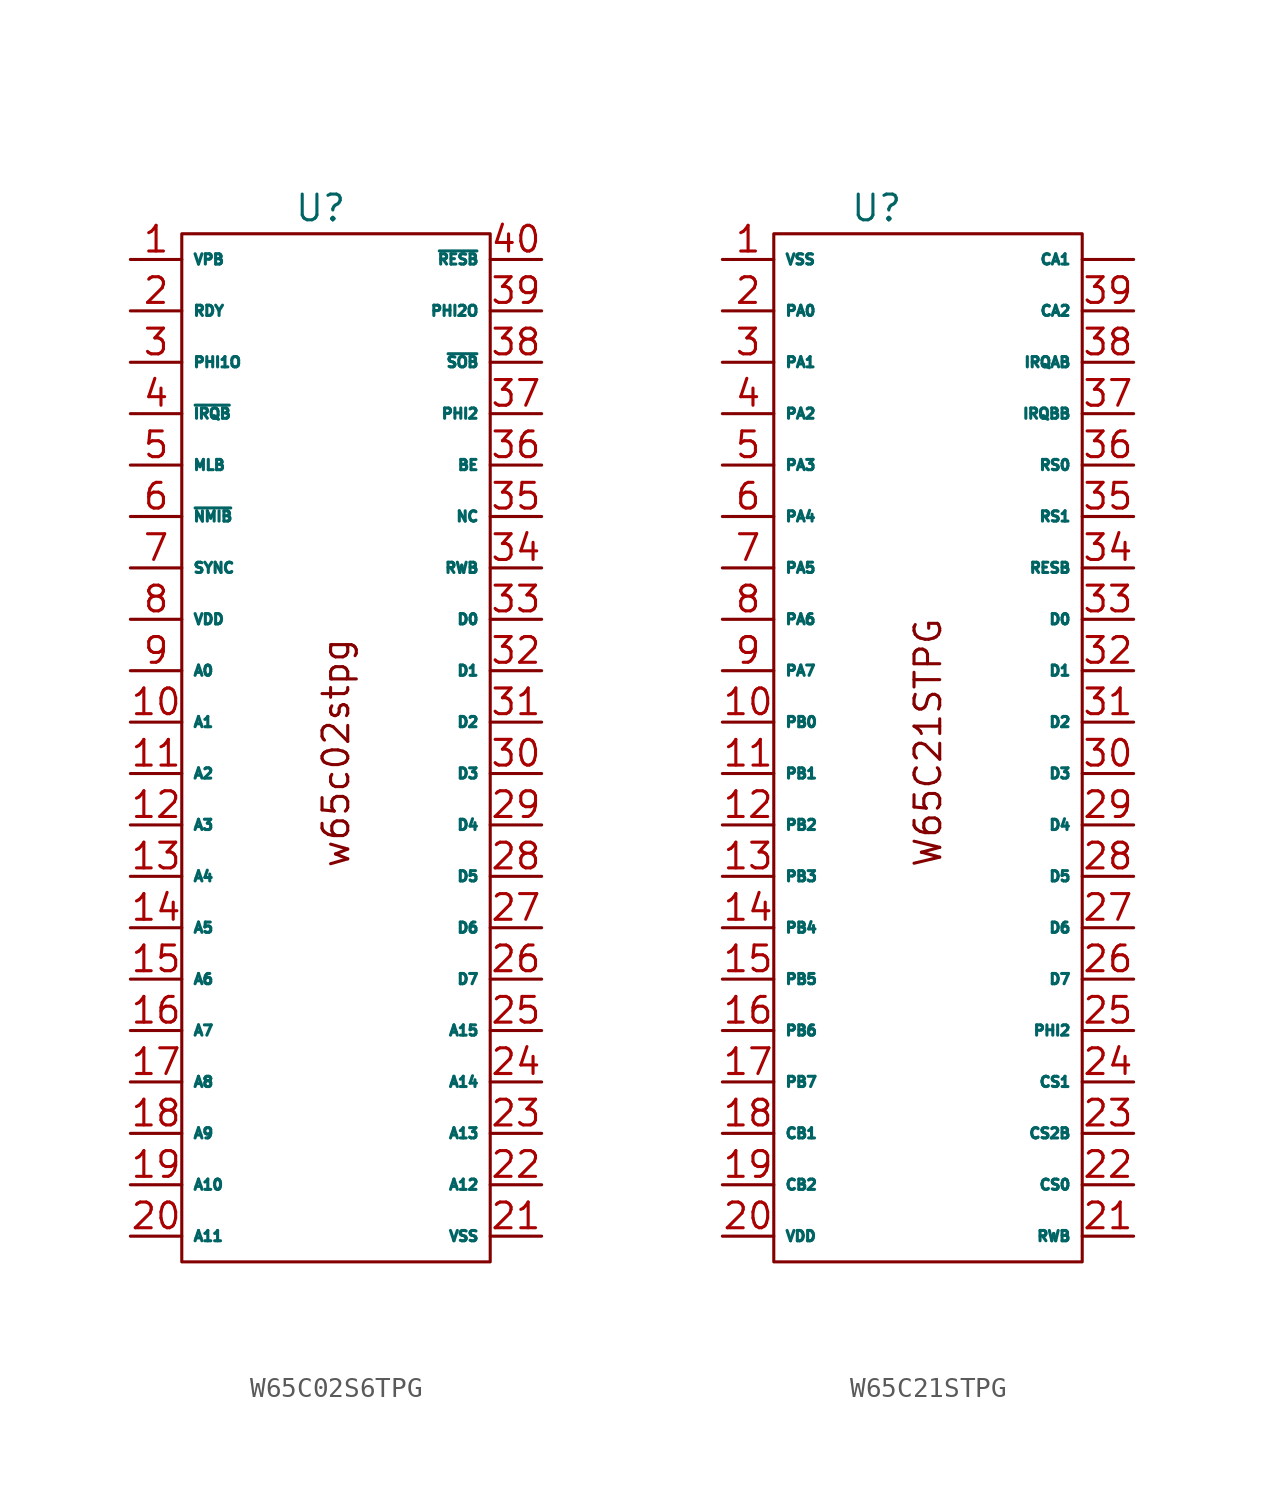
<source format=kicad_sym>
(kicad_symbol_lib
  (version 20231120)
  (generator "kicad_symbol_editor")
  (generator_version "8.0")
  (symbol "W65C02S6TPG"
    (property "Reference" "U"
      (at -0.762 26.67 0)
      (effects (font (size 1.27 1.27))))
    (property "Value" ""
      (at -6.35 -1.27 0)
      (effects (font (size 1.27 1.27))))
    (symbol "W65C02S6TPG_0_1"
      (rectangle (start -7.62 25.4) (end 7.62 -25.4) (stroke (width 0) (type default)) (fill (type none))))
    (symbol "W65C02S6TPG_1_1"
      (text "w65c02stpg" (at 0 -0.254 900) (effects (font (size 1.27 1.27))))
      (pin output line (at -10.16 24.13 0) (length 2.54) (name "VPB" (effects (font (size 0.508 0.508)))) (number "1" (effects (font (size 1.27 1.27)))))
      (pin output line (at -10.16 1.27 0) (length 2.54) (name "A1" (effects (font (size 0.508 0.508)))) (number "10" (effects (font (size 1.27 1.27)))))
      (pin output line (at -10.16 -1.27 0) (length 2.54) (name "A2" (effects (font (size 0.508 0.508)))) (number "11" (effects (font (size 1.27 1.27)))))
      (pin output line (at -10.16 -3.81 0) (length 2.54) (name "A3" (effects (font (size 0.508 0.508)))) (number "12" (effects (font (size 1.27 1.27)))))
      (pin output line (at -10.16 -6.35 0) (length 2.54) (name "A4" (effects (font (size 0.508 0.508)))) (number "13" (effects (font (size 1.27 1.27)))))
      (pin output line (at -10.16 -8.89 0) (length 2.54) (name "A5" (effects (font (size 0.508 0.508)))) (number "14" (effects (font (size 1.27 1.27)))))
      (pin output line (at -10.16 -11.43 0) (length 2.54) (name "A6" (effects (font (size 0.508 0.508)))) (number "15" (effects (font (size 1.27 1.27)))))
      (pin output line (at -10.16 -13.97 0) (length 2.54) (name "A7" (effects (font (size 0.508 0.508)))) (number "16" (effects (font (size 1.27 1.27)))))
      (pin output line (at -10.16 -16.51 0) (length 2.54) (name "A8" (effects (font (size 0.508 0.508)))) (number "17" (effects (font (size 1.27 1.27)))))
      (pin output line (at -10.16 -19.05 0) (length 2.54) (name "A9" (effects (font (size 0.508 0.508)))) (number "18" (effects (font (size 1.27 1.27)))))
      (pin output line (at -10.16 -21.59 0) (length 2.54) (name "A10" (effects (font (size 0.508 0.508)))) (number "19" (effects (font (size 1.27 1.27)))))
      (pin input line (at -10.16 21.59 0) (length 2.54) (name "RDY" (effects (font (size 0.508 0.508)))) (number "2" (effects (font (size 1.27 1.27)))))
      (pin output line (at -10.16 -24.13 0) (length 2.54) (name "A11" (effects (font (size 0.508 0.508)))) (number "20" (effects (font (size 1.27 1.27)))))
      (pin power_in line (at 10.16 -24.13 180) (length 2.54) (name "VSS" (effects (font (size 0.508 0.508)))) (number "21" (effects (font (size 1.27 1.27)))))
      (pin output line (at 10.16 -21.59 180) (length 2.54) (name "A12" (effects (font (size 0.508 0.508)))) (number "22" (effects (font (size 1.27 1.27)))))
      (pin output line (at 10.16 -19.05 180) (length 2.54) (name "A13" (effects (font (size 0.508 0.508)))) (number "23" (effects (font (size 1.27 1.27)))))
      (pin output line (at 10.16 -16.51 180) (length 2.54) (name "A14" (effects (font (size 0.508 0.508)))) (number "24" (effects (font (size 1.27 1.27)))))
      (pin output line (at 10.16 -13.97 180) (length 2.54) (name "A15" (effects (font (size 0.508 0.508)))) (number "25" (effects (font (size 1.27 1.27)))))
      (pin bidirectional line (at 10.16 -11.43 180) (length 2.54) (name "D7" (effects (font (size 0.508 0.508)))) (number "26" (effects (font (size 1.27 1.27)))))
      (pin bidirectional line (at 10.16 -8.89 180) (length 2.54) (name "D6" (effects (font (size 0.508 0.508)))) (number "27" (effects (font (size 1.27 1.27)))))
      (pin bidirectional line (at 10.16 -6.35 180) (length 2.54) (name "D5" (effects (font (size 0.508 0.508)))) (number "28" (effects (font (size 1.27 1.27)))))
      (pin bidirectional line (at 10.16 -3.81 180) (length 2.54) (name "D4" (effects (font (size 0.508 0.508)))) (number "29" (effects (font (size 1.27 1.27)))))
      (pin output line (at -10.16 19.05 0) (length 2.54) (name "PHI1O" (effects (font (size 0.508 0.508)))) (number "3" (effects (font (size 1.27 1.27)))))
      (pin bidirectional line (at 10.16 -1.27 180) (length 2.54) (name "D3" (effects (font (size 0.508 0.508)))) (number "30" (effects (font (size 1.27 1.27)))))
      (pin bidirectional line (at 10.16 1.27 180) (length 2.54) (name "D2" (effects (font (size 0.508 0.508)))) (number "31" (effects (font (size 1.27 1.27)))))
      (pin bidirectional line (at 10.16 3.81 180) (length 2.54) (name "D1" (effects (font (size 0.508 0.508)))) (number "32" (effects (font (size 1.27 1.27)))))
      (pin bidirectional line (at 10.16 6.35 180) (length 2.54) (name "D0" (effects (font (size 0.508 0.508)))) (number "33" (effects (font (size 1.27 1.27)))))
      (pin output line (at 10.16 8.89 180) (length 2.54) (name "RWB" (effects (font (size 0.508 0.508)))) (number "34" (effects (font (size 1.27 1.27)))))
      (pin free line (at 10.16 11.43 180) (length 2.54) (name "NC" (effects (font (size 0.508 0.508)))) (number "35" (effects (font (size 1.27 1.27)))))
      (pin input line (at 10.16 13.97 180) (length 2.54) (name "BE" (effects (font (size 0.508 0.508)))) (number "36" (effects (font (size 1.27 1.27)))))
      (pin input line (at 10.16 16.51 180) (length 2.54) (name "PHI2" (effects (font (size 0.508 0.508)))) (number "37" (effects (font (size 1.27 1.27)))))
      (pin input line (at 10.16 19.05 180) (length 2.54) (name "~{SOB}" (effects (font (size 0.508 0.508)))) (number "38" (effects (font (size 1.27 1.27)))))
      (pin output line (at 10.16 21.59 180) (length 2.54) (name "PHI2O" (effects (font (size 0.508 0.508)))) (number "39" (effects (font (size 1.27 1.27)))))
      (pin input line (at -10.16 16.51 0) (length 2.54) (name "~{IRQB}" (effects (font (size 0.508 0.508)))) (number "4" (effects (font (size 1.27 1.27)))))
      (pin input line (at 10.16 24.13 180) (length 2.54) (name "~{RESB}" (effects (font (size 0.508 0.508)))) (number "40" (effects (font (size 1.27 1.27)))))
      (pin output line (at -10.16 13.97 0) (length 2.54) (name "MLB" (effects (font (size 0.508 0.508)))) (number "5" (effects (font (size 1.27 1.27)))))
      (pin input line (at -10.16 11.43 0) (length 2.54) (name "~{NMIB}" (effects (font (size 0.508 0.508)))) (number "6" (effects (font (size 1.27 1.27)))))
      (pin output line (at -10.16 8.89 0) (length 2.54) (name "SYNC" (effects (font (size 0.508 0.508)))) (number "7" (effects (font (size 1.27 1.27)))))
      (pin power_in line (at -10.16 6.35 0) (length 2.54) (name "VDD" (effects (font (size 0.508 0.508)))) (number "8" (effects (font (size 1.27 1.27)))))
      (pin output line (at -10.16 3.81 0) (length 2.54) (name "A0" (effects (font (size 0.508 0.508)))) (number "9" (effects (font (size 1.27 1.27)))))))
  (symbol "W65C21STPG"
    (property "Reference" "U"
      (at -2.54 26.67 0)
      (effects (font (size 1.27 1.27))))
    (property "Value" ""
      (at 0 0 0)
      (effects (font (size 1.27 1.27))))
    (symbol "W65C21STPG_0_1"
      (rectangle (start -7.62 25.4) (end 7.62 -25.4) (stroke (width 0) (type default)) (fill (type none))))
    (symbol "W65C21STPG_1_1"
      (text "W65C21STPG" (at 0 0.254 900) (effects (font (size 1.27 1.27))))
      (pin input line (at 10.16 24.13 180) (length 2.54) (name "CA1" (effects (font (size 0.508 0.508)))) (number "" (effects (font (size 1.27 1.27)))))
      (pin power_in line (at -10.16 24.13 0) (length 2.54) (name "VSS" (effects (font (size 0.508 0.508)))) (number "1" (effects (font (size 1.27 1.27)))))
      (pin bidirectional line (at -10.16 1.27 0) (length 2.54) (name "PB0" (effects (font (size 0.508 0.508)))) (number "10" (effects (font (size 1.27 1.27)))))
      (pin bidirectional line (at -10.16 -1.27 0) (length 2.54) (name "PB1" (effects (font (size 0.508 0.508)))) (number "11" (effects (font (size 1.27 1.27)))))
      (pin bidirectional line (at -10.16 -3.81 0) (length 2.54) (name "PB2" (effects (font (size 0.508 0.508)))) (number "12" (effects (font (size 1.27 1.27)))))
      (pin bidirectional line (at -10.16 -6.35 0) (length 2.54) (name "PB3" (effects (font (size 0.508 0.508)))) (number "13" (effects (font (size 1.27 1.27)))))
      (pin bidirectional line (at -10.16 -8.89 0) (length 2.54) (name "PB4" (effects (font (size 0.508 0.508)))) (number "14" (effects (font (size 1.27 1.27)))))
      (pin bidirectional line (at -10.16 -11.43 0) (length 2.54) (name "PB5" (effects (font (size 0.508 0.508)))) (number "15" (effects (font (size 1.27 1.27)))))
      (pin bidirectional line (at -10.16 -13.97 0) (length 2.54) (name "PB6" (effects (font (size 0.508 0.508)))) (number "16" (effects (font (size 1.27 1.27)))))
      (pin bidirectional line (at -10.16 -16.51 0) (length 2.54) (name "PB7" (effects (font (size 0.508 0.508)))) (number "17" (effects (font (size 1.27 1.27)))))
      (pin input line (at -10.16 -19.05 0) (length 2.54) (name "CB1" (effects (font (size 0.508 0.508)))) (number "18" (effects (font (size 1.27 1.27)))))
      (pin bidirectional line (at -10.16 -21.59 0) (length 2.54) (name "CB2" (effects (font (size 0.508 0.508)))) (number "19" (effects (font (size 1.27 1.27)))))
      (pin bidirectional line (at -10.16 21.59 0) (length 2.54) (name "PA0" (effects (font (size 0.508 0.508)))) (number "2" (effects (font (size 1.27 1.27)))))
      (pin power_in line (at -10.16 -24.13 0) (length 2.54) (name "VDD" (effects (font (size 0.508 0.508)))) (number "20" (effects (font (size 1.27 1.27)))))
      (pin input line (at 10.16 -24.13 180) (length 2.54) (name "RWB" (effects (font (size 0.508 0.508)))) (number "21" (effects (font (size 1.27 1.27)))))
      (pin input line (at 10.16 -21.59 180) (length 2.54) (name "CS0" (effects (font (size 0.508 0.508)))) (number "22" (effects (font (size 1.27 1.27)))))
      (pin input line (at 10.16 -19.05 180) (length 2.54) (name "CS2B" (effects (font (size 0.508 0.508)))) (number "23" (effects (font (size 1.27 1.27)))))
      (pin input line (at 10.16 -16.51 180) (length 2.54) (name "CS1" (effects (font (size 0.508 0.508)))) (number "24" (effects (font (size 1.27 1.27)))))
      (pin input line (at 10.16 -13.97 180) (length 2.54) (name "PHI2" (effects (font (size 0.508 0.508)))) (number "25" (effects (font (size 1.27 1.27)))))
      (pin bidirectional line (at 10.16 -11.43 180) (length 2.54) (name "D7" (effects (font (size 0.508 0.508)))) (number "26" (effects (font (size 1.27 1.27)))))
      (pin bidirectional line (at 10.16 -8.89 180) (length 2.54) (name "D6" (effects (font (size 0.508 0.508)))) (number "27" (effects (font (size 1.27 1.27)))))
      (pin bidirectional line (at 10.16 -6.35 180) (length 2.54) (name "D5" (effects (font (size 0.508 0.508)))) (number "28" (effects (font (size 1.27 1.27)))))
      (pin bidirectional line (at 10.16 -3.81 180) (length 2.54) (name "D4" (effects (font (size 0.508 0.508)))) (number "29" (effects (font (size 1.27 1.27)))))
      (pin bidirectional line (at -10.16 19.05 0) (length 2.54) (name "PA1" (effects (font (size 0.508 0.508)))) (number "3" (effects (font (size 1.27 1.27)))))
      (pin bidirectional line (at 10.16 -1.27 180) (length 2.54) (name "D3" (effects (font (size 0.508 0.508)))) (number "30" (effects (font (size 1.27 1.27)))))
      (pin bidirectional line (at 10.16 1.27 180) (length 2.54) (name "D2" (effects (font (size 0.508 0.508)))) (number "31" (effects (font (size 1.27 1.27)))))
      (pin bidirectional line (at 10.16 3.81 180) (length 2.54) (name "D1" (effects (font (size 0.508 0.508)))) (number "32" (effects (font (size 1.27 1.27)))))
      (pin bidirectional line (at 10.16 6.35 180) (length 2.54) (name "D0" (effects (font (size 0.508 0.508)))) (number "33" (effects (font (size 1.27 1.27)))))
      (pin input line (at 10.16 8.89 180) (length 2.54) (name "RESB" (effects (font (size 0.508 0.508)))) (number "34" (effects (font (size 1.27 1.27)))))
      (pin input line (at 10.16 11.43 180) (length 2.54) (name "RS1" (effects (font (size 0.508 0.508)))) (number "35" (effects (font (size 1.27 1.27)))))
      (pin input line (at 10.16 13.97 180) (length 2.54) (name "RS0" (effects (font (size 0.508 0.508)))) (number "36" (effects (font (size 1.27 1.27)))))
      (pin input line (at 10.16 16.51 180) (length 2.54) (name "IRQBB" (effects (font (size 0.508 0.508)))) (number "37" (effects (font (size 1.27 1.27)))))
      (pin input line (at 10.16 19.05 180) (length 2.54) (name "IRQAB" (effects (font (size 0.508 0.508)))) (number "38" (effects (font (size 1.27 1.27)))))
      (pin bidirectional line (at 10.16 21.59 180) (length 2.54) (name "CA2" (effects (font (size 0.508 0.508)))) (number "39" (effects (font (size 1.27 1.27)))))
      (pin bidirectional line (at -10.16 16.51 0) (length 2.54) (name "PA2" (effects (font (size 0.508 0.508)))) (number "4" (effects (font (size 1.27 1.27)))))
      (pin bidirectional line (at -10.16 13.97 0) (length 2.54) (name "PA3" (effects (font (size 0.508 0.508)))) (number "5" (effects (font (size 1.27 1.27)))))
      (pin bidirectional line (at -10.16 11.43 0) (length 2.54) (name "PA4" (effects (font (size 0.508 0.508)))) (number "6" (effects (font (size 1.27 1.27)))))
      (pin bidirectional line (at -10.16 8.89 0) (length 2.54) (name "PA5" (effects (font (size 0.508 0.508)))) (number "7" (effects (font (size 1.27 1.27)))))
      (pin bidirectional line (at -10.16 6.35 0) (length 2.54) (name "PA6" (effects (font (size 0.508 0.508)))) (number "8" (effects (font (size 1.27 1.27)))))
      (pin bidirectional line (at -10.16 3.81 0) (length 2.54) (name "PA7" (effects (font (size 0.508 0.508)))) (number "9" (effects (font (size 1.27 1.27))))))))
</source>
